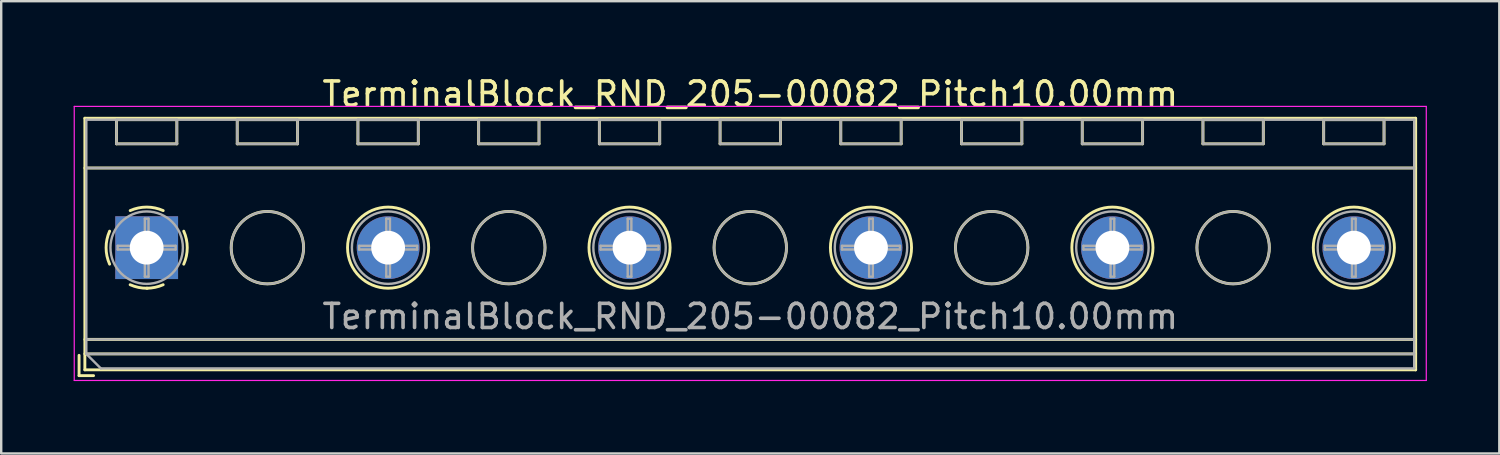
<source format=kicad_pcb>
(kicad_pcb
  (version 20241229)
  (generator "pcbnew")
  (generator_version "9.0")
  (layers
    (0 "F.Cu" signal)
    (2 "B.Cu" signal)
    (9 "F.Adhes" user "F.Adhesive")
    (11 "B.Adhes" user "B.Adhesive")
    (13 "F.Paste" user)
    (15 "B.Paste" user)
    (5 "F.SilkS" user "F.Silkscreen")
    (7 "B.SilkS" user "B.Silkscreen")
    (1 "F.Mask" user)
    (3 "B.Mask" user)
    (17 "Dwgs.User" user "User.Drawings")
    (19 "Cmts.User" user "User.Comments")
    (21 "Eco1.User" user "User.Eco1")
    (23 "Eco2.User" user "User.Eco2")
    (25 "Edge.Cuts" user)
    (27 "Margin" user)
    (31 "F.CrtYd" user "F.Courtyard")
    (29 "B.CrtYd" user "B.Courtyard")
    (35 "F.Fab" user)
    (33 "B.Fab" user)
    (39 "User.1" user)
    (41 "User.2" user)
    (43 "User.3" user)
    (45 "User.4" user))
  (footprint "TerminalBlock_RND_205-00082_Pitch10.00mm"
    (layer "F.Cu")
    (at 3.025 7.208)
    (property "Reference" "TerminalBlock_RND_205-00082_Pitch10.00mm" (at 25 -6.36 0) (layer "F.SilkS") (effects (font (size 1 1) (thickness 0.15))))
    (attr through_hole)
    (fp_line (start -2.8 4.46) (end -2.8 5.3) (stroke (width 0.12) (type solid)) (layer "F.SilkS"))
    (fp_line (start -2.8 5.3) (end -2.2 5.3) (stroke (width 0.12) (type solid)) (layer "F.SilkS"))
    (fp_line (start -2.56 -5.36) (end -2.56 5.06) (stroke (width 0.12) (type solid)) (layer "F.SilkS"))
    (fp_line (start -2.56 -3.3) (end 52.56 -3.3) (stroke (width 0.12) (type solid)) (layer "F.SilkS"))
    (fp_line (start -2.56 3.8) (end 52.56 3.8) (stroke (width 0.12) (type solid)) (layer "F.SilkS"))
    (fp_line (start -2.56 4.4) (end 52.56 4.4) (stroke (width 0.12) (type solid)) (layer "F.SilkS"))
    (fp_line (start -2.56 5.06) (end 52.56 5.06) (stroke (width 0.12) (type solid)) (layer "F.SilkS"))
    (fp_line (start -1.25 -5.301) (end -1.25 -4.301) (stroke (width 0.12) (type solid)) (layer "F.SilkS"))
    (fp_line (start -1.25 -5.301) (end 1.25 -5.301) (stroke (width 0.12) (type solid)) (layer "F.SilkS"))
    (fp_line (start -1.25 -4.301) (end 1.25 -4.301) (stroke (width 0.12) (type solid)) (layer "F.SilkS"))
    (fp_line (start 1.25 -5.301) (end 1.25 -4.301) (stroke (width 0.12) (type solid)) (layer "F.SilkS"))
    (fp_line (start 3.75 -5.301) (end 3.75 -4.301) (stroke (width 0.12) (type solid)) (layer "F.SilkS"))
    (fp_line (start 3.75 -5.301) (end 6.25 -5.301) (stroke (width 0.12) (type solid)) (layer "F.SilkS"))
    (fp_line (start 3.75 -4.301) (end 6.25 -4.301) (stroke (width 0.12) (type solid)) (layer "F.SilkS"))
    (fp_line (start 6.25 -5.301) (end 6.25 -4.301) (stroke (width 0.12) (type solid)) (layer "F.SilkS"))
    (fp_line (start 8.75 -5.301) (end 8.75 -4.301) (stroke (width 0.12) (type solid)) (layer "F.SilkS"))
    (fp_line (start 8.75 -5.301) (end 11.25 -5.301) (stroke (width 0.12) (type solid)) (layer "F.SilkS"))
    (fp_line (start 8.75 -4.301) (end 11.25 -4.301) (stroke (width 0.12) (type solid)) (layer "F.SilkS"))
    (fp_line (start 11.25 -5.301) (end 11.25 -4.301) (stroke (width 0.12) (type solid)) (layer "F.SilkS"))
    (fp_line (start 13.75 -5.301) (end 13.75 -4.301) (stroke (width 0.12) (type solid)) (layer "F.SilkS"))
    (fp_line (start 13.75 -5.301) (end 16.25 -5.301) (stroke (width 0.12) (type solid)) (layer "F.SilkS"))
    (fp_line (start 13.75 -4.301) (end 16.25 -4.301) (stroke (width 0.12) (type solid)) (layer "F.SilkS"))
    (fp_line (start 16.25 -5.301) (end 16.25 -4.301) (stroke (width 0.12) (type solid)) (layer "F.SilkS"))
    (fp_line (start 18.75 -5.301) (end 18.75 -4.301) (stroke (width 0.12) (type solid)) (layer "F.SilkS"))
    (fp_line (start 18.75 -5.301) (end 21.25 -5.301) (stroke (width 0.12) (type solid)) (layer "F.SilkS"))
    (fp_line (start 18.75 -4.301) (end 21.25 -4.301) (stroke (width 0.12) (type solid)) (layer "F.SilkS"))
    (fp_line (start 21.25 -5.301) (end 21.25 -4.301) (stroke (width 0.12) (type solid)) (layer "F.SilkS"))
    (fp_line (start 23.75 -5.301) (end 23.75 -4.301) (stroke (width 0.12) (type solid)) (layer "F.SilkS"))
    (fp_line (start 23.75 -5.301) (end 26.25 -5.301) (stroke (width 0.12) (type solid)) (layer "F.SilkS"))
    (fp_line (start 23.75 -4.301) (end 26.25 -4.301) (stroke (width 0.12) (type solid)) (layer "F.SilkS"))
    (fp_line (start 26.25 -5.301) (end 26.25 -4.301) (stroke (width 0.12) (type solid)) (layer "F.SilkS"))
    (fp_line (start 28.75 -5.301) (end 28.75 -4.301) (stroke (width 0.12) (type solid)) (layer "F.SilkS"))
    (fp_line (start 28.75 -5.301) (end 31.25 -5.301) (stroke (width 0.12) (type solid)) (layer "F.SilkS"))
    (fp_line (start 28.75 -4.301) (end 31.25 -4.301) (stroke (width 0.12) (type solid)) (layer "F.SilkS"))
    (fp_line (start 31.25 -5.301) (end 31.25 -4.301) (stroke (width 0.12) (type solid)) (layer "F.SilkS"))
    (fp_line (start 33.75 -5.301) (end 33.75 -4.301) (stroke (width 0.12) (type solid)) (layer "F.SilkS"))
    (fp_line (start 33.75 -5.301) (end 36.25 -5.301) (stroke (width 0.12) (type solid)) (layer "F.SilkS"))
    (fp_line (start 33.75 -4.301) (end 36.25 -4.301) (stroke (width 0.12) (type solid)) (layer "F.SilkS"))
    (fp_line (start 36.25 -5.301) (end 36.25 -4.301) (stroke (width 0.12) (type solid)) (layer "F.SilkS"))
    (fp_line (start 38.75 -5.301) (end 38.75 -4.301) (stroke (width 0.12) (type solid)) (layer "F.SilkS"))
    (fp_line (start 38.75 -5.301) (end 41.25 -5.301) (stroke (width 0.12) (type solid)) (layer "F.SilkS"))
    (fp_line (start 38.75 -4.301) (end 41.25 -4.301) (stroke (width 0.12) (type solid)) (layer "F.SilkS"))
    (fp_line (start 41.25 -5.301) (end 41.25 -4.301) (stroke (width 0.12) (type solid)) (layer "F.SilkS"))
    (fp_line (start 43.75 -5.301) (end 43.75 -4.301) (stroke (width 0.12) (type solid)) (layer "F.SilkS"))
    (fp_line (start 43.75 -5.301) (end 46.25 -5.301) (stroke (width 0.12) (type solid)) (layer "F.SilkS"))
    (fp_line (start 43.75 -4.301) (end 46.25 -4.301) (stroke (width 0.12) (type solid)) (layer "F.SilkS"))
    (fp_line (start 46.25 -5.301) (end 46.25 -4.301) (stroke (width 0.12) (type solid)) (layer "F.SilkS"))
    (fp_line (start 48.75 -5.301) (end 48.75 -4.301) (stroke (width 0.12) (type solid)) (layer "F.SilkS"))
    (fp_line (start 48.75 -5.301) (end 51.25 -5.301) (stroke (width 0.12) (type solid)) (layer "F.SilkS"))
    (fp_line (start 48.75 -4.301) (end 51.25 -4.301) (stroke (width 0.12) (type solid)) (layer "F.SilkS"))
    (fp_line (start 51.25 -5.301) (end 51.25 -4.301) (stroke (width 0.12) (type solid)) (layer "F.SilkS"))
    (fp_line (start 52.56 -5.36) (end -2.56 -5.36) (stroke (width 0.12) (type solid)) (layer "F.SilkS"))
    (fp_line (start 52.56 5.06) (end 52.56 -5.36) (stroke (width 0.12) (type solid)) (layer "F.SilkS"))
    (fp_arc (start -1.535427 0.683042) (mid -1.680501 -0.000524) (end -1.535 -0.684) (stroke (width 0.12) (type solid)) (layer "F.SilkS"))
    (fp_arc (start -0.683042 -1.535427) (mid 0.000524 -1.680501) (end 0.684 -1.535) (stroke (width 0.12) (type solid)) (layer "F.SilkS"))
    (fp_arc (start 0.028805 1.680253) (mid -0.335551 1.646659) (end -0.684 1.535) (stroke (width 0.12) (type solid)) (layer "F.SilkS"))
    (fp_arc (start 0.683318 1.534756) (mid 0.349292 1.643288) (end 0 1.68) (stroke (width 0.12) (type solid)) (layer "F.SilkS"))
    (fp_arc (start 1.535427 -0.683042) (mid 1.680501 0.000524) (end 1.535 0.684) (stroke (width 0.12) (type solid)) (layer "F.SilkS"))
    (fp_circle (center 5 0) (end 6.5 0) (stroke (width 0.12) (type solid)) (fill no) (layer "F.SilkS"))
    (fp_circle (center 10 0) (end 11.68 0) (stroke (width 0.12) (type solid)) (fill no) (layer "F.SilkS"))
    (fp_circle (center 15 0) (end 16.5 0) (stroke (width 0.12) (type solid)) (fill no) (layer "F.SilkS"))
    (fp_circle (center 20 0) (end 21.68 0) (stroke (width 0.12) (type solid)) (fill no) (layer "F.SilkS"))
    (fp_circle (center 25 0) (end 26.5 0) (stroke (width 0.12) (type solid)) (fill no) (layer "F.SilkS"))
    (fp_circle (center 30 0) (end 31.68 0) (stroke (width 0.12) (type solid)) (fill no) (layer "F.SilkS"))
    (fp_circle (center 35 0) (end 36.5 0) (stroke (width 0.12) (type solid)) (fill no) (layer "F.SilkS"))
    (fp_circle (center 40 0) (end 41.68 0) (stroke (width 0.12) (type solid)) (fill no) (layer "F.SilkS"))
    (fp_circle (center 45 0) (end 46.5 0) (stroke (width 0.12) (type solid)) (fill no) (layer "F.SilkS"))
    (fp_circle (center 50 0) (end 51.68 0) (stroke (width 0.12) (type solid)) (fill no) (layer "F.SilkS"))
    (fp_line (start -3 -5.85) (end -3 5.5) (stroke (width 0.05) (type solid)) (layer "F.CrtYd"))
    (fp_line (start -3 5.5) (end 53 5.5) (stroke (width 0.05) (type solid)) (layer "F.CrtYd"))
    (fp_line (start 53 -5.85) (end -3 -5.85) (stroke (width 0.05) (type solid)) (layer "F.CrtYd"))
    (fp_line (start 53 5.5) (end 53 -5.85) (stroke (width 0.05) (type solid)) (layer "F.CrtYd"))
    (fp_line (start -2.5 -5.3) (end 52.5 -5.3) (stroke (width 0.1) (type solid)) (layer "F.Fab"))
    (fp_line (start -2.5 -3.3) (end 52.5 -3.3) (stroke (width 0.1) (type solid)) (layer "F.Fab"))
    (fp_line (start -2.5 3.8) (end 52.5 3.8) (stroke (width 0.1) (type solid)) (layer "F.Fab"))
    (fp_line (start -2.5 4.4) (end -2.5 -5.3) (stroke (width 0.1) (type solid)) (layer "F.Fab"))
    (fp_line (start -2.5 4.4) (end 52.5 4.4) (stroke (width 0.1) (type solid)) (layer "F.Fab"))
    (fp_line (start -1.9 5) (end -2.5 4.4) (stroke (width 0.1) (type solid)) (layer "F.Fab"))
    (fp_line (start -1.25 -5.3) (end -1.25 -4.3) (stroke (width 0.1) (type solid)) (layer "F.Fab"))
    (fp_line (start -1.25 -4.3) (end 1.25 -4.3) (stroke (width 0.1) (type solid)) (layer "F.Fab"))
    (fp_line (start -1.201 -0.076) (end -0.076 -0.076) (stroke (width 0.1) (type solid)) (layer "F.Fab"))
    (fp_line (start -1.201 0.076) (end -1.201 -0.076) (stroke (width 0.1) (type solid)) (layer "F.Fab"))
    (fp_line (start -0.076 -1.201) (end 0.076 -1.201) (stroke (width 0.1) (type solid)) (layer "F.Fab"))
    (fp_line (start -0.076 -0.076) (end -0.076 -1.201) (stroke (width 0.1) (type solid)) (layer "F.Fab"))
    (fp_line (start -0.076 0.076) (end -1.201 0.076) (stroke (width 0.1) (type solid)) (layer "F.Fab"))
    (fp_line (start -0.076 1.201) (end -0.076 0.076) (stroke (width 0.1) (type solid)) (layer "F.Fab"))
    (fp_line (start 0.076 -1.201) (end 0.076 -0.076) (stroke (width 0.1) (type solid)) (layer "F.Fab"))
    (fp_line (start 0.076 -0.076) (end 1.201 -0.076) (stroke (width 0.1) (type solid)) (layer "F.Fab"))
    (fp_line (start 0.076 0.076) (end 0.076 1.201) (stroke (width 0.1) (type solid)) (layer "F.Fab"))
    (fp_line (start 0.076 1.201) (end -0.076 1.201) (stroke (width 0.1) (type solid)) (layer "F.Fab"))
    (fp_line (start 1.201 -0.076) (end 1.201 0.076) (stroke (width 0.1) (type solid)) (layer "F.Fab"))
    (fp_line (start 1.201 0.076) (end 0.076 0.076) (stroke (width 0.1) (type solid)) (layer "F.Fab"))
    (fp_line (start 1.25 -5.3) (end -1.25 -5.3) (stroke (width 0.1) (type solid)) (layer "F.Fab"))
    (fp_line (start 1.25 -4.3) (end 1.25 -5.3) (stroke (width 0.1) (type solid)) (layer "F.Fab"))
    (fp_line (start 3.75 -5.3) (end 3.75 -4.3) (stroke (width 0.1) (type solid)) (layer "F.Fab"))
    (fp_line (start 3.75 -4.3) (end 6.25 -4.3) (stroke (width 0.1) (type solid)) (layer "F.Fab"))
    (fp_line (start 6.25 -5.3) (end 3.75 -5.3) (stroke (width 0.1) (type solid)) (layer "F.Fab"))
    (fp_line (start 6.25 -4.3) (end 6.25 -5.3) (stroke (width 0.1) (type solid)) (layer "F.Fab"))
    (fp_line (start 8.75 -5.3) (end 8.75 -4.3) (stroke (width 0.1) (type solid)) (layer "F.Fab"))
    (fp_line (start 8.75 -4.3) (end 11.25 -4.3) (stroke (width 0.1) (type solid)) (layer "F.Fab"))
    (fp_line (start 8.799 -0.076) (end 9.924 -0.076) (stroke (width 0.1) (type solid)) (layer "F.Fab"))
    (fp_line (start 8.799 0.076) (end 8.799 -0.076) (stroke (width 0.1) (type solid)) (layer "F.Fab"))
    (fp_line (start 9.924 -1.201) (end 10.076 -1.201) (stroke (width 0.1) (type solid)) (layer "F.Fab"))
    (fp_line (start 9.924 -0.076) (end 9.924 -1.201) (stroke (width 0.1) (type solid)) (layer "F.Fab"))
    (fp_line (start 9.924 0.076) (end 8.799 0.076) (stroke (width 0.1) (type solid)) (layer "F.Fab"))
    (fp_line (start 9.924 1.201) (end 9.924 0.076) (stroke (width 0.1) (type solid)) (layer "F.Fab"))
    (fp_line (start 10.076 -1.201) (end 10.076 -0.076) (stroke (width 0.1) (type solid)) (layer "F.Fab"))
    (fp_line (start 10.076 -0.076) (end 11.201 -0.076) (stroke (width 0.1) (type solid)) (layer "F.Fab"))
    (fp_line (start 10.076 0.076) (end 10.076 1.201) (stroke (width 0.1) (type solid)) (layer "F.Fab"))
    (fp_line (start 10.076 1.201) (end 9.924 1.201) (stroke (width 0.1) (type solid)) (layer "F.Fab"))
    (fp_line (start 11.201 -0.076) (end 11.201 0.076) (stroke (width 0.1) (type solid)) (layer "F.Fab"))
    (fp_line (start 11.201 0.076) (end 10.076 0.076) (stroke (width 0.1) (type solid)) (layer "F.Fab"))
    (fp_line (start 11.25 -5.3) (end 8.75 -5.3) (stroke (width 0.1) (type solid)) (layer "F.Fab"))
    (fp_line (start 11.25 -4.3) (end 11.25 -5.3) (stroke (width 0.1) (type solid)) (layer "F.Fab"))
    (fp_line (start 13.75 -5.3) (end 13.75 -4.3) (stroke (width 0.1) (type solid)) (layer "F.Fab"))
    (fp_line (start 13.75 -4.3) (end 16.25 -4.3) (stroke (width 0.1) (type solid)) (layer "F.Fab"))
    (fp_line (start 16.25 -5.3) (end 13.75 -5.3) (stroke (width 0.1) (type solid)) (layer "F.Fab"))
    (fp_line (start 16.25 -4.3) (end 16.25 -5.3) (stroke (width 0.1) (type solid)) (layer "F.Fab"))
    (fp_line (start 18.75 -5.3) (end 18.75 -4.3) (stroke (width 0.1) (type solid)) (layer "F.Fab"))
    (fp_line (start 18.75 -4.3) (end 21.25 -4.3) (stroke (width 0.1) (type solid)) (layer "F.Fab"))
    (fp_line (start 18.799 -0.076) (end 19.924 -0.076) (stroke (width 0.1) (type solid)) (layer "F.Fab"))
    (fp_line (start 18.799 0.076) (end 18.799 -0.076) (stroke (width 0.1) (type solid)) (layer "F.Fab"))
    (fp_line (start 19.924 -1.201) (end 20.076 -1.201) (stroke (width 0.1) (type solid)) (layer "F.Fab"))
    (fp_line (start 19.924 -0.076) (end 19.924 -1.201) (stroke (width 0.1) (type solid)) (layer "F.Fab"))
    (fp_line (start 19.924 0.076) (end 18.799 0.076) (stroke (width 0.1) (type solid)) (layer "F.Fab"))
    (fp_line (start 19.924 1.201) (end 19.924 0.076) (stroke (width 0.1) (type solid)) (layer "F.Fab"))
    (fp_line (start 20.076 -1.201) (end 20.076 -0.076) (stroke (width 0.1) (type solid)) (layer "F.Fab"))
    (fp_line (start 20.076 -0.076) (end 21.201 -0.076) (stroke (width 0.1) (type solid)) (layer "F.Fab"))
    (fp_line (start 20.076 0.076) (end 20.076 1.201) (stroke (width 0.1) (type solid)) (layer "F.Fab"))
    (fp_line (start 20.076 1.201) (end 19.924 1.201) (stroke (width 0.1) (type solid)) (layer "F.Fab"))
    (fp_line (start 21.201 -0.076) (end 21.201 0.076) (stroke (width 0.1) (type solid)) (layer "F.Fab"))
    (fp_line (start 21.201 0.076) (end 20.076 0.076) (stroke (width 0.1) (type solid)) (layer "F.Fab"))
    (fp_line (start 21.25 -5.3) (end 18.75 -5.3) (stroke (width 0.1) (type solid)) (layer "F.Fab"))
    (fp_line (start 21.25 -4.3) (end 21.25 -5.3) (stroke (width 0.1) (type solid)) (layer "F.Fab"))
    (fp_line (start 23.75 -5.3) (end 23.75 -4.3) (stroke (width 0.1) (type solid)) (layer "F.Fab"))
    (fp_line (start 23.75 -4.3) (end 26.25 -4.3) (stroke (width 0.1) (type solid)) (layer "F.Fab"))
    (fp_line (start 26.25 -5.3) (end 23.75 -5.3) (stroke (width 0.1) (type solid)) (layer "F.Fab"))
    (fp_line (start 26.25 -4.3) (end 26.25 -5.3) (stroke (width 0.1) (type solid)) (layer "F.Fab"))
    (fp_line (start 28.75 -5.3) (end 28.75 -4.3) (stroke (width 0.1) (type solid)) (layer "F.Fab"))
    (fp_line (start 28.75 -4.3) (end 31.25 -4.3) (stroke (width 0.1) (type solid)) (layer "F.Fab"))
    (fp_line (start 28.799 -0.076) (end 29.924 -0.076) (stroke (width 0.1) (type solid)) (layer "F.Fab"))
    (fp_line (start 28.799 0.076) (end 28.799 -0.076) (stroke (width 0.1) (type solid)) (layer "F.Fab"))
    (fp_line (start 29.924 -1.201) (end 30.076 -1.201) (stroke (width 0.1) (type solid)) (layer "F.Fab"))
    (fp_line (start 29.924 -0.076) (end 29.924 -1.201) (stroke (width 0.1) (type solid)) (layer "F.Fab"))
    (fp_line (start 29.924 0.076) (end 28.799 0.076) (stroke (width 0.1) (type solid)) (layer "F.Fab"))
    (fp_line (start 29.924 1.201) (end 29.924 0.076) (stroke (width 0.1) (type solid)) (layer "F.Fab"))
    (fp_line (start 30.076 -1.201) (end 30.076 -0.076) (stroke (width 0.1) (type solid)) (layer "F.Fab"))
    (fp_line (start 30.076 -0.076) (end 31.201 -0.076) (stroke (width 0.1) (type solid)) (layer "F.Fab"))
    (fp_line (start 30.076 0.076) (end 30.076 1.201) (stroke (width 0.1) (type solid)) (layer "F.Fab"))
    (fp_line (start 30.076 1.201) (end 29.924 1.201) (stroke (width 0.1) (type solid)) (layer "F.Fab"))
    (fp_line (start 31.201 -0.076) (end 31.201 0.076) (stroke (width 0.1) (type solid)) (layer "F.Fab"))
    (fp_line (start 31.201 0.076) (end 30.076 0.076) (stroke (width 0.1) (type solid)) (layer "F.Fab"))
    (fp_line (start 31.25 -5.3) (end 28.75 -5.3) (stroke (width 0.1) (type solid)) (layer "F.Fab"))
    (fp_line (start 31.25 -4.3) (end 31.25 -5.3) (stroke (width 0.1) (type solid)) (layer "F.Fab"))
    (fp_line (start 33.75 -5.3) (end 33.75 -4.3) (stroke (width 0.1) (type solid)) (layer "F.Fab"))
    (fp_line (start 33.75 -4.3) (end 36.25 -4.3) (stroke (width 0.1) (type solid)) (layer "F.Fab"))
    (fp_line (start 36.25 -5.3) (end 33.75 -5.3) (stroke (width 0.1) (type solid)) (layer "F.Fab"))
    (fp_line (start 36.25 -4.3) (end 36.25 -5.3) (stroke (width 0.1) (type solid)) (layer "F.Fab"))
    (fp_line (start 38.75 -5.3) (end 38.75 -4.3) (stroke (width 0.1) (type solid)) (layer "F.Fab"))
    (fp_line (start 38.75 -4.3) (end 41.25 -4.3) (stroke (width 0.1) (type solid)) (layer "F.Fab"))
    (fp_line (start 38.799 -0.076) (end 39.924 -0.076) (stroke (width 0.1) (type solid)) (layer "F.Fab"))
    (fp_line (start 38.799 0.076) (end 38.799 -0.076) (stroke (width 0.1) (type solid)) (layer "F.Fab"))
    (fp_line (start 39.924 -1.201) (end 40.076 -1.201) (stroke (width 0.1) (type solid)) (layer "F.Fab"))
    (fp_line (start 39.924 -0.076) (end 39.924 -1.201) (stroke (width 0.1) (type solid)) (layer "F.Fab"))
    (fp_line (start 39.924 0.076) (end 38.799 0.076) (stroke (width 0.1) (type solid)) (layer "F.Fab"))
    (fp_line (start 39.924 1.201) (end 39.924 0.076) (stroke (width 0.1) (type solid)) (layer "F.Fab"))
    (fp_line (start 40.076 -1.201) (end 40.076 -0.076) (stroke (width 0.1) (type solid)) (layer "F.Fab"))
    (fp_line (start 40.076 -0.076) (end 41.201 -0.076) (stroke (width 0.1) (type solid)) (layer "F.Fab"))
    (fp_line (start 40.076 0.076) (end 40.076 1.201) (stroke (width 0.1) (type solid)) (layer "F.Fab"))
    (fp_line (start 40.076 1.201) (end 39.924 1.201) (stroke (width 0.1) (type solid)) (layer "F.Fab"))
    (fp_line (start 41.201 -0.076) (end 41.201 0.076) (stroke (width 0.1) (type solid)) (layer "F.Fab"))
    (fp_line (start 41.201 0.076) (end 40.076 0.076) (stroke (width 0.1) (type solid)) (layer "F.Fab"))
    (fp_line (start 41.25 -5.3) (end 38.75 -5.3) (stroke (width 0.1) (type solid)) (layer "F.Fab"))
    (fp_line (start 41.25 -4.3) (end 41.25 -5.3) (stroke (width 0.1) (type solid)) (layer "F.Fab"))
    (fp_line (start 43.75 -5.3) (end 43.75 -4.3) (stroke (width 0.1) (type solid)) (layer "F.Fab"))
    (fp_line (start 43.75 -4.3) (end 46.25 -4.3) (stroke (width 0.1) (type solid)) (layer "F.Fab"))
    (fp_line (start 46.25 -5.3) (end 43.75 -5.3) (stroke (width 0.1) (type solid)) (layer "F.Fab"))
    (fp_line (start 46.25 -4.3) (end 46.25 -5.3) (stroke (width 0.1) (type solid)) (layer "F.Fab"))
    (fp_line (start 48.75 -5.3) (end 48.75 -4.3) (stroke (width 0.1) (type solid)) (layer "F.Fab"))
    (fp_line (start 48.75 -4.3) (end 51.25 -4.3) (stroke (width 0.1) (type solid)) (layer "F.Fab"))
    (fp_line (start 48.799 -0.076) (end 49.924 -0.076) (stroke (width 0.1) (type solid)) (layer "F.Fab"))
    (fp_line (start 48.799 0.076) (end 48.799 -0.076) (stroke (width 0.1) (type solid)) (layer "F.Fab"))
    (fp_line (start 49.924 -1.201) (end 50.076 -1.201) (stroke (width 0.1) (type solid)) (layer "F.Fab"))
    (fp_line (start 49.924 -0.076) (end 49.924 -1.201) (stroke (width 0.1) (type solid)) (layer "F.Fab"))
    (fp_line (start 49.924 0.076) (end 48.799 0.076) (stroke (width 0.1) (type solid)) (layer "F.Fab"))
    (fp_line (start 49.924 1.201) (end 49.924 0.076) (stroke (width 0.1) (type solid)) (layer "F.Fab"))
    (fp_line (start 50.076 -1.201) (end 50.076 -0.076) (stroke (width 0.1) (type solid)) (layer "F.Fab"))
    (fp_line (start 50.076 -0.076) (end 51.201 -0.076) (stroke (width 0.1) (type solid)) (layer "F.Fab"))
    (fp_line (start 50.076 0.076) (end 50.076 1.201) (stroke (width 0.1) (type solid)) (layer "F.Fab"))
    (fp_line (start 50.076 1.201) (end 49.924 1.201) (stroke (width 0.1) (type solid)) (layer "F.Fab"))
    (fp_line (start 51.201 -0.076) (end 51.201 0.076) (stroke (width 0.1) (type solid)) (layer "F.Fab"))
    (fp_line (start 51.201 0.076) (end 50.076 0.076) (stroke (width 0.1) (type solid)) (layer "F.Fab"))
    (fp_line (start 51.25 -5.3) (end 48.75 -5.3) (stroke (width 0.1) (type solid)) (layer "F.Fab"))
    (fp_line (start 51.25 -4.3) (end 51.25 -5.3) (stroke (width 0.1) (type solid)) (layer "F.Fab"))
    (fp_line (start 52.5 -5.3) (end 52.5 5) (stroke (width 0.1) (type solid)) (layer "F.Fab"))
    (fp_line (start 52.5 5) (end -1.9 5) (stroke (width 0.1) (type solid)) (layer "F.Fab"))
    (fp_circle (center 0 0) (end 1.5 0) (stroke (width 0.1) (type solid)) (fill no) (layer "F.Fab"))
    (fp_circle (center 5 0) (end 6.5 0) (stroke (width 0.1) (type solid)) (fill no) (layer "F.Fab"))
    (fp_circle (center 10 0) (end 11.5 0) (stroke (width 0.1) (type solid)) (fill no) (layer "F.Fab"))
    (fp_circle (center 15 0) (end 16.5 0) (stroke (width 0.1) (type solid)) (fill no) (layer "F.Fab"))
    (fp_circle (center 20 0) (end 21.5 0) (stroke (width 0.1) (type solid)) (fill no) (layer "F.Fab"))
    (fp_circle (center 25 0) (end 26.5 0) (stroke (width 0.1) (type solid)) (fill no) (layer "F.Fab"))
    (fp_circle (center 30 0) (end 31.5 0) (stroke (width 0.1) (type solid)) (fill no) (layer "F.Fab"))
    (fp_circle (center 35 0) (end 36.5 0) (stroke (width 0.1) (type solid)) (fill no) (layer "F.Fab"))
    (fp_circle (center 40 0) (end 41.5 0) (stroke (width 0.1) (type solid)) (fill no) (layer "F.Fab"))
    (fp_circle (center 45 0) (end 46.5 0) (stroke (width 0.1) (type solid)) (fill no) (layer "F.Fab"))
    (fp_circle (center 50 0) (end 51.5 0) (stroke (width 0.1) (type solid)) (fill no) (layer "F.Fab"))
    (fp_text user "${REFERENCE}" (at 25 2.85 0) (layer "F.Fab") (effects (font (size 1 1) (thickness 0.15))))
    (pad "1" thru_hole rect (at 0 0) (size 2.6 2.6) (drill 1.4) (layers "*.Cu" "*.Mask"))
    (pad "2" thru_hole oval (at 10 0) (size 2.6 2.6) (drill 1.4) (layers "*.Cu" "*.Mask"))
    (pad "3" thru_hole oval (at 20 0) (size 2.6 2.6) (drill 1.4) (layers "*.Cu" "*.Mask"))
    (pad "4" thru_hole oval (at 30 0) (size 2.6 2.6) (drill 1.4) (layers "*.Cu" "*.Mask"))
    (pad "5" thru_hole oval (at 40 0) (size 2.6 2.6) (drill 1.4) (layers "*.Cu" "*.Mask"))
    (pad "6" thru_hole oval (at 50 0) (size 2.6 2.6) (drill 1.4) (layers "*.Cu" "*.Mask")))
  (gr_rect
    (start -3 -3)
    (end 59.05 15.733)
    (stroke (width 0.1) (type default))
    (fill no)
    (layer "Edge.Cuts")))
</source>
